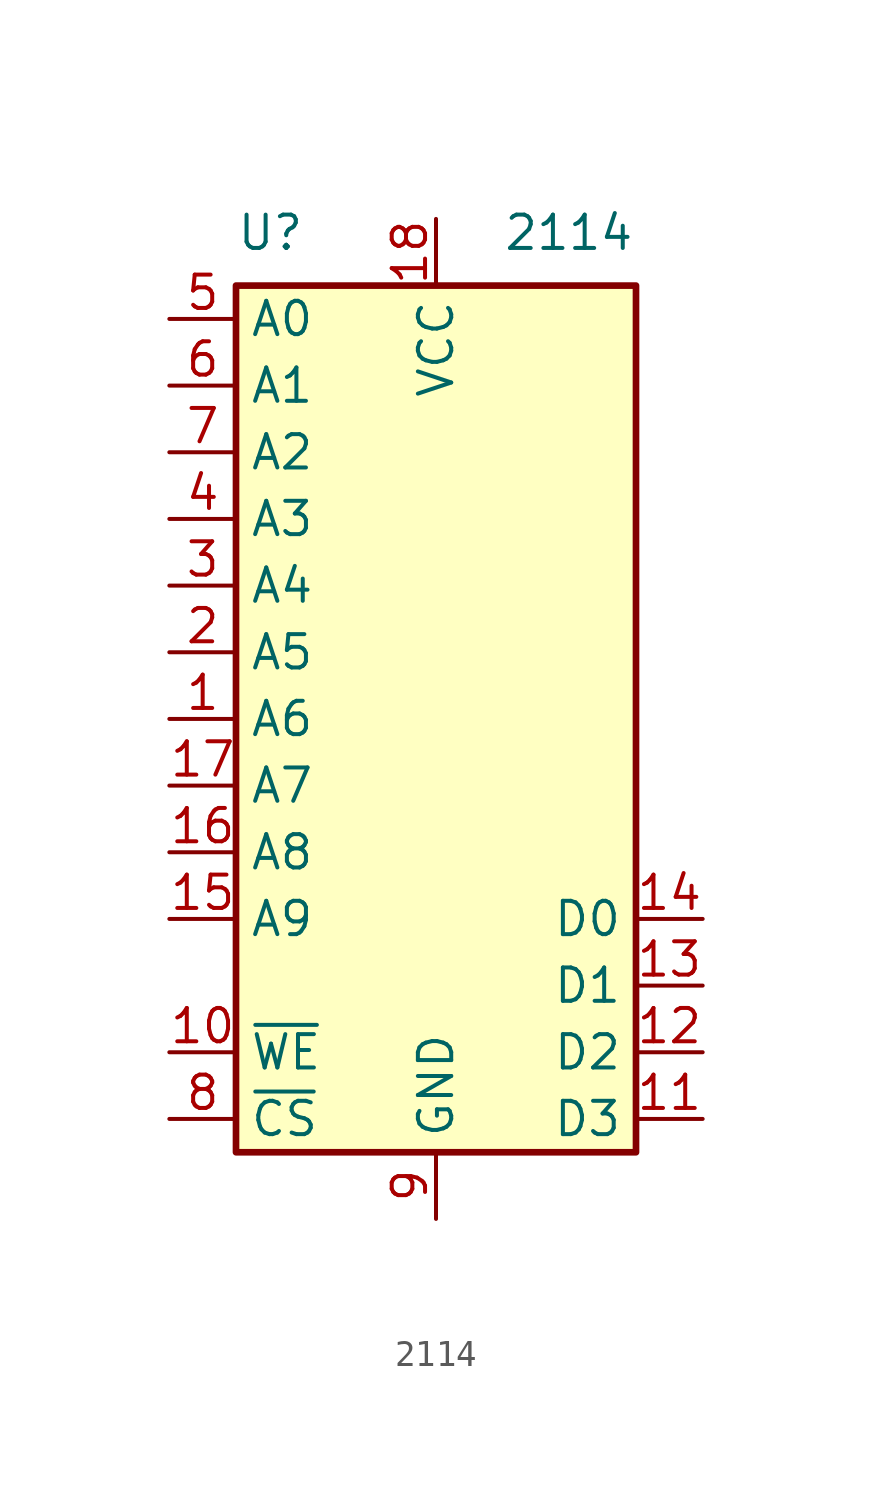
<source format=kicad_sym>
(kicad_symbol_lib
  (version 20220914)
  (generator kicad_symbol_editor)
  (symbol "2114"
    (property "Reference" "U"
      (at -7.62 17.78 0)
      (effects (font (size 1.27 1.27)) (justify left bottom)))
    (property "Value" "2114"
      (at 2.54 17.78 0)
      (effects (font (size 1.27 1.27)) (justify left bottom)))
    (symbol "2114_0_1"
      (rectangle (start -7.62 16.51) (end 7.62 -16.51) (stroke (width 0.254) (type default)) (fill (type background))))
    (symbol "2114_1_0"
      (pin power_in line (at 0 19.05 270) (length 2.54) (name "VCC" (effects (font (size 1.27 1.27)))) (number "18" (effects (font (size 1.27 1.27)))))
      (pin power_in line (at 0 -19.05 90) (length 2.54) (name "GND" (effects (font (size 1.27 1.27)))) (number "9" (effects (font (size 1.27 1.27))))))
    (symbol "2114_1_1"
      (pin input line (at -10.16 0 0) (length 2.54) (name "A6" (effects (font (size 1.27 1.27)))) (number "1" (effects (font (size 1.27 1.27)))))
      (pin input line (at -10.16 -12.7 0) (length 2.54) (name "~{WE}" (effects (font (size 1.27 1.27)))) (number "10" (effects (font (size 1.27 1.27)))))
      (pin bidirectional line (at 10.16 -15.24 180) (length 2.54) (name "D3" (effects (font (size 1.27 1.27)))) (number "11" (effects (font (size 1.27 1.27)))))
      (pin bidirectional line (at 10.16 -12.7 180) (length 2.54) (name "D2" (effects (font (size 1.27 1.27)))) (number "12" (effects (font (size 1.27 1.27)))))
      (pin bidirectional line (at 10.16 -10.16 180) (length 2.54) (name "D1" (effects (font (size 1.27 1.27)))) (number "13" (effects (font (size 1.27 1.27)))))
      (pin bidirectional line (at 10.16 -7.62 180) (length 2.54) (name "D0" (effects (font (size 1.27 1.27)))) (number "14" (effects (font (size 1.27 1.27)))))
      (pin input line (at -10.16 -7.62 0) (length 2.54) (name "A9" (effects (font (size 1.27 1.27)))) (number "15" (effects (font (size 1.27 1.27)))))
      (pin input line (at -10.16 -5.08 0) (length 2.54) (name "A8" (effects (font (size 1.27 1.27)))) (number "16" (effects (font (size 1.27 1.27)))))
      (pin input line (at -10.16 -2.54 0) (length 2.54) (name "A7" (effects (font (size 1.27 1.27)))) (number "17" (effects (font (size 1.27 1.27)))))
      (pin input line (at -10.16 2.54 0) (length 2.54) (name "A5" (effects (font (size 1.27 1.27)))) (number "2" (effects (font (size 1.27 1.27)))))
      (pin input line (at -10.16 5.08 0) (length 2.54) (name "A4" (effects (font (size 1.27 1.27)))) (number "3" (effects (font (size 1.27 1.27)))))
      (pin input line (at -10.16 7.62 0) (length 2.54) (name "A3" (effects (font (size 1.27 1.27)))) (number "4" (effects (font (size 1.27 1.27)))))
      (pin input line (at -10.16 15.24 0) (length 2.54) (name "A0" (effects (font (size 1.27 1.27)))) (number "5" (effects (font (size 1.27 1.27)))))
      (pin input line (at -10.16 12.7 0) (length 2.54) (name "A1" (effects (font (size 1.27 1.27)))) (number "6" (effects (font (size 1.27 1.27)))))
      (pin input line (at -10.16 10.16 0) (length 2.54) (name "A2" (effects (font (size 1.27 1.27)))) (number "7" (effects (font (size 1.27 1.27)))))
      (pin input line (at -10.16 -15.24 0) (length 2.54) (name "~{CS}" (effects (font (size 1.27 1.27)))) (number "8" (effects (font (size 1.27 1.27))))))))
</source>
